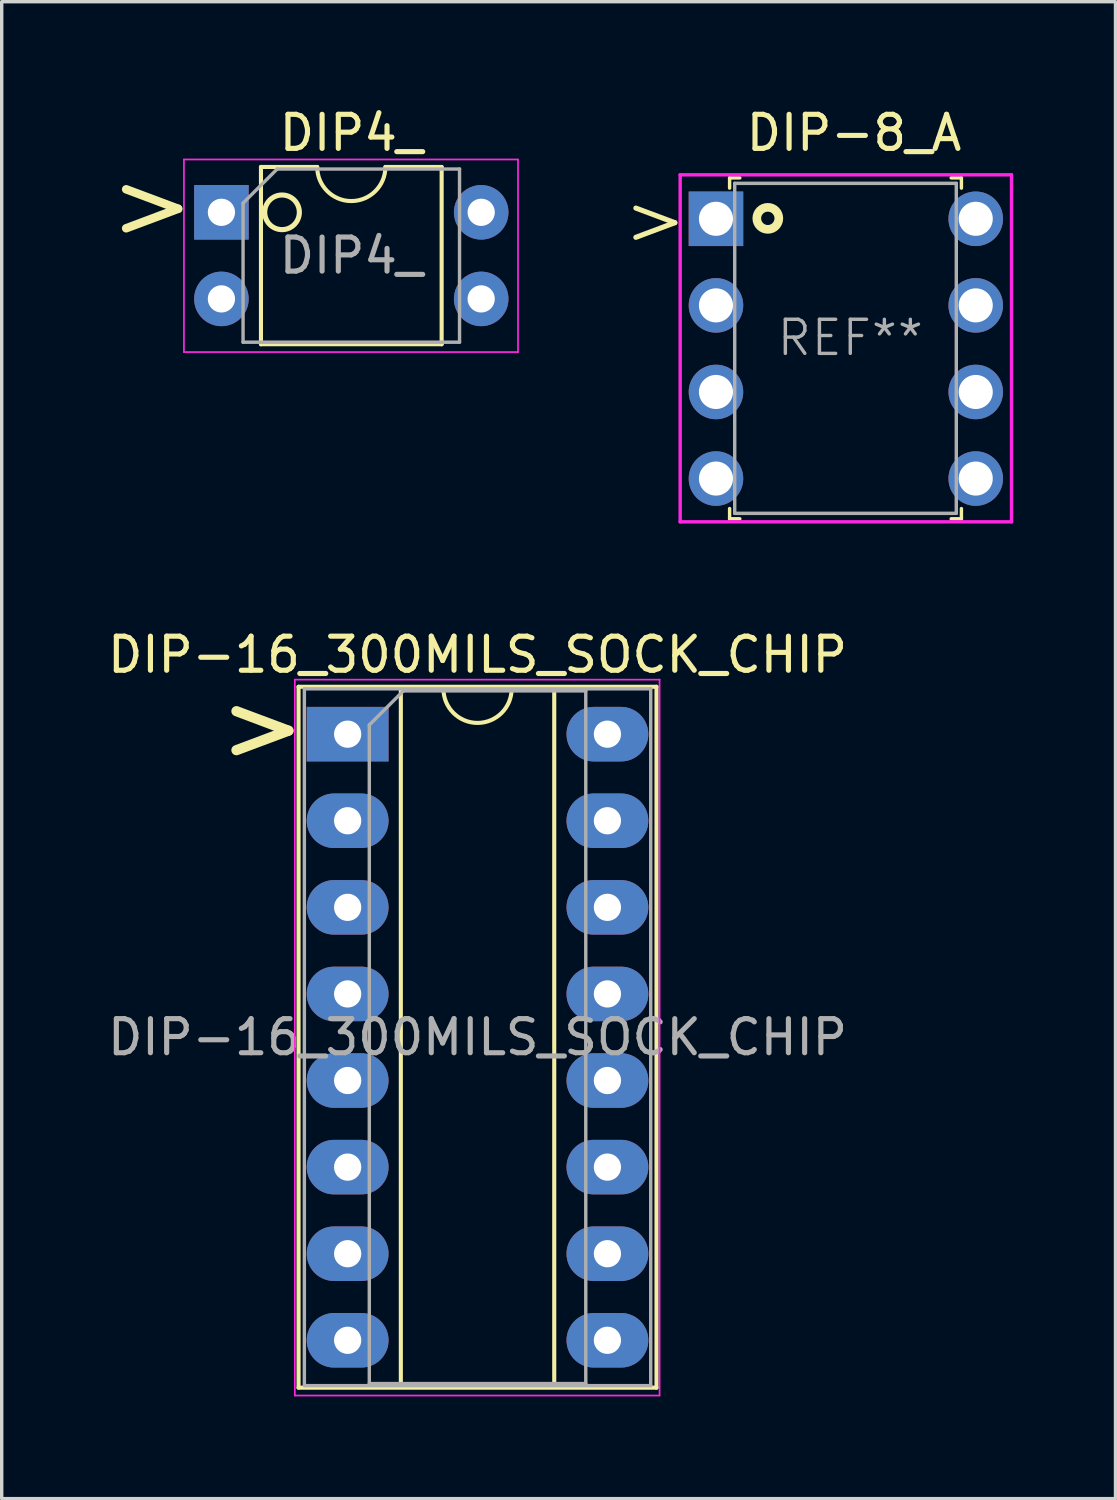
<source format=kicad_pcb>
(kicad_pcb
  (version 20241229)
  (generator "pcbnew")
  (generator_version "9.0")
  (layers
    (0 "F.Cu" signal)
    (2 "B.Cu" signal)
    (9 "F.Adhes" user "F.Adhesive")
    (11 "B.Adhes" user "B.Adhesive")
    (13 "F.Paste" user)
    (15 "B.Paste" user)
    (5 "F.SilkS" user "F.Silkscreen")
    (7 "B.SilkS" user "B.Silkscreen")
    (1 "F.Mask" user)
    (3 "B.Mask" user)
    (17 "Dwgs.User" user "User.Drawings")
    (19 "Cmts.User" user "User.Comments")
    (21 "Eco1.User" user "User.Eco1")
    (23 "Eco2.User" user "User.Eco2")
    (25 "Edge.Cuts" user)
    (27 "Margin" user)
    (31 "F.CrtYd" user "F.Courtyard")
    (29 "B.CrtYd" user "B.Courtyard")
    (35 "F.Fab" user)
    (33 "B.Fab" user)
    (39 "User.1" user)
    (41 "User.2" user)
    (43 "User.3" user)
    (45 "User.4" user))
  (footprint "DIP-8_A"
    (layer "F.Cu")
    (at 17.952 3.368)
    (property "Reference" "DIP-8_A" (at 4.05 -2.52 0) (layer "F.SilkS") (effects (font (size 1 1) (thickness 0.15))))
    (attr through_hole)
    (fp_line (start 0.4 -1.2) (end 0.7 -1.2) (stroke (width 0.1) (type solid)) (layer "F.SilkS"))
    (fp_line (start 0.4 -0.9) (end 0.4 -1.2) (stroke (width 0.1) (type solid)) (layer "F.SilkS"))
    (fp_line (start 0.4 8.5) (end 0.4 8.8) (stroke (width 0.1) (type solid)) (layer "F.SilkS"))
    (fp_line (start 0.4 8.8) (end 0.7 8.8) (stroke (width 0.1) (type solid)) (layer "F.SilkS"))
    (fp_line (start 7.2 -1.2) (end 6.9 -1.2) (stroke (width 0.1) (type solid)) (layer "F.SilkS"))
    (fp_line (start 7.2 -0.9) (end 7.2 -1.2) (stroke (width 0.1) (type solid)) (layer "F.SilkS"))
    (fp_line (start 7.2 8.5) (end 7.2 8.8) (stroke (width 0.1) (type solid)) (layer "F.SilkS"))
    (fp_line (start 7.2 8.8) (end 6.9 8.8) (stroke (width 0.1) (type solid)) (layer "F.SilkS"))
    (fp_circle (center 1.521 -0.013) (end 1.844 -0.013) (stroke (width 0.254) (type solid)) (fill no) (layer "F.SilkS"))
    (fp_line (start -1.05 -1.29) (end -1.05 8.89) (stroke (width 0.1) (type solid)) (layer "F.CrtYd"))
    (fp_line (start -1.05 -1.29) (end 8.67 -1.29) (stroke (width 0.1) (type solid)) (layer "F.CrtYd"))
    (fp_line (start -1.05 8.89) (end 8.67 8.89) (stroke (width 0.1) (type solid)) (layer "F.CrtYd"))
    (fp_line (start 8.67 -1.29) (end 8.67 8.89) (stroke (width 0.1) (type solid)) (layer "F.CrtYd"))
    (fp_line (start 0.55 -1.04) (end 0.55 8.64) (stroke (width 0.1) (type solid)) (layer "F.Fab"))
    (fp_line (start 0.55 -1.04) (end 7.05 -1.04) (stroke (width 0.1) (type solid)) (layer "F.Fab"))
    (fp_line (start 0.55 8.64) (end 7.05 8.64) (stroke (width 0.1) (type solid)) (layer "F.Fab"))
    (fp_line (start 7.05 -1.04) (end 7.05 8.64) (stroke (width 0.1) (type solid)) (layer "F.Fab"))
    (fp_text user ">" (at -1.778 0 0) (unlocked yes) (layer "F.SilkS") (effects (font (size 1.5 1.5) (thickness 0.15))))
    (fp_text user "REF**" (at 3.94 3.49 0) (layer "F.Fab") (effects (font (size 1 1) (thickness 0.1))))
    (pad "1" thru_hole rect (at 0 0) (size 1.6 1.6) (drill 1) (layers "*.Cu" "*.Mask"))
    (pad "2" thru_hole circle (at 0 2.54) (size 1.6 1.6) (drill 1) (layers "*.Cu" "*.Mask"))
    (pad "3" thru_hole circle (at 0 5.08) (size 1.6 1.6) (drill 1) (layers "*.Cu" "*.Mask"))
    (pad "4" thru_hole circle (at 0 7.62) (size 1.6 1.6) (drill 1) (layers "*.Cu" "*.Mask"))
    (pad "5" thru_hole circle (at 7.62 7.62) (size 1.6 1.6) (drill 1) (layers "*.Cu" "*.Mask"))
    (pad "6" thru_hole circle (at 7.62 5.08) (size 1.6 1.6) (drill 1) (layers "*.Cu" "*.Mask"))
    (pad "7" thru_hole circle (at 7.62 2.54) (size 1.6 1.6) (drill 1) (layers "*.Cu" "*.Mask"))
    (pad "8" thru_hole circle (at 7.62 0) (size 1.6 1.6) (drill 1) (layers "*.Cu" "*.Mask")))
  (footprint "DIP4_"
    (layer "F.Cu")
    (at 3.445 3.178)
    (property "Reference" "DIP4_" (at 3.81 -2.33 0) (layer "F.SilkS") (effects (font (size 1 1) (thickness 0.15))))
    (attr through_hole)
    (fp_line (start 1.16 -1.33) (end 1.16 3.87) (stroke (width 0.12) (type solid)) (layer "F.SilkS"))
    (fp_line (start 1.16 3.87) (end 6.46 3.87) (stroke (width 0.12) (type solid)) (layer "F.SilkS"))
    (fp_line (start 2.81 -1.33) (end 1.16 -1.33) (stroke (width 0.12) (type solid)) (layer "F.SilkS"))
    (fp_line (start 6.46 -1.33) (end 4.81 -1.33) (stroke (width 0.12) (type solid)) (layer "F.SilkS"))
    (fp_line (start 6.46 3.87) (end 6.46 -1.33) (stroke (width 0.12) (type solid)) (layer "F.SilkS"))
    (fp_arc (start 4.81 -1.33) (mid 3.81 -0.33) (end 2.81 -1.33) (stroke (width 0.12) (type solid)) (layer "F.SilkS"))
    (fp_circle (center 1.778 0) (end 1.27 0) (stroke (width 0.15) (type solid)) (fill no) (layer "F.SilkS"))
    (fp_line (start -1.1 -1.55) (end -1.1 4.1) (stroke (width 0.05) (type solid)) (layer "F.CrtYd"))
    (fp_line (start -1.1 4.1) (end 8.7 4.1) (stroke (width 0.05) (type solid)) (layer "F.CrtYd"))
    (fp_line (start 8.7 -1.55) (end -1.1 -1.55) (stroke (width 0.05) (type solid)) (layer "F.CrtYd"))
    (fp_line (start 8.7 4.1) (end 8.7 -1.55) (stroke (width 0.05) (type solid)) (layer "F.CrtYd"))
    (fp_line (start 0.635 -0.27) (end 1.635 -1.27) (stroke (width 0.1) (type solid)) (layer "F.Fab"))
    (fp_line (start 0.635 3.81) (end 0.635 -0.27) (stroke (width 0.1) (type solid)) (layer "F.Fab"))
    (fp_line (start 1.635 -1.27) (end 6.985 -1.27) (stroke (width 0.1) (type solid)) (layer "F.Fab"))
    (fp_line (start 6.985 -1.27) (end 6.985 3.81) (stroke (width 0.1) (type solid)) (layer "F.Fab"))
    (fp_line (start 6.985 3.81) (end 0.635 3.81) (stroke (width 0.1) (type solid)) (layer "F.Fab"))
    (fp_text user ">" (at -2.032 -0.254 0) (unlocked yes) (layer "F.SilkS") (effects (font (size 2 2) (thickness 0.25))))
    (fp_text user "${REFERENCE}" (at 3.81 1.27 0) (layer "F.Fab") (effects (font (size 1 1) (thickness 0.15))))
    (pad "1" thru_hole rect (at 0 0) (size 1.6 1.6) (drill 0.8) (layers "*.Cu" "*.Mask"))
    (pad "2" thru_hole oval (at 0 2.54) (size 1.6 1.6) (drill 0.8) (layers "*.Cu" "*.Mask"))
    (pad "3" thru_hole oval (at 7.62 2.54) (size 1.6 1.6) (drill 0.8) (layers "*.Cu" "*.Mask"))
    (pad "4" thru_hole oval (at 7.62 0) (size 1.6 1.6) (drill 0.8) (layers "*.Cu" "*.Mask")))
  (footprint "DIP-16_300MILS_SOCK_CHIP"
    (layer "F.Cu")
    (at 7.148 18.486)
    (property "Reference" "DIP-16_300MILS_SOCK_CHIP" (at 3.81 -2.33 0) (layer "F.SilkS") (effects (font (size 1 1) (thickness 0.15))))
    (attr through_hole)
    (fp_line (start -1.44 -1.39) (end -1.44 19.17) (stroke (width 0.12) (type solid)) (layer "F.SilkS"))
    (fp_line (start -1.44 19.17) (end 9.06 19.17) (stroke (width 0.12) (type solid)) (layer "F.SilkS"))
    (fp_line (start 1.56 -1.33) (end 1.56 19.11) (stroke (width 0.12) (type solid)) (layer "F.SilkS"))
    (fp_line (start 1.56 19.11) (end 6.06 19.11) (stroke (width 0.12) (type solid)) (layer "F.SilkS"))
    (fp_line (start 2.81 -1.33) (end 1.56 -1.33) (stroke (width 0.12) (type solid)) (layer "F.SilkS"))
    (fp_line (start 6.06 -1.33) (end 4.81 -1.33) (stroke (width 0.12) (type solid)) (layer "F.SilkS"))
    (fp_line (start 6.06 19.11) (end 6.06 -1.33) (stroke (width 0.12) (type solid)) (layer "F.SilkS"))
    (fp_line (start 9.06 -1.39) (end -1.44 -1.39) (stroke (width 0.12) (type solid)) (layer "F.SilkS"))
    (fp_line (start 9.06 19.17) (end 9.06 -1.39) (stroke (width 0.12) (type solid)) (layer "F.SilkS"))
    (fp_arc (start 4.81 -1.33) (mid 3.81 -0.33) (end 2.81 -1.33) (stroke (width 0.12) (type solid)) (layer "F.SilkS"))
    (fp_line (start -1.55 -1.6) (end -1.55 19.4) (stroke (width 0.05) (type solid)) (layer "F.CrtYd"))
    (fp_line (start -1.55 19.4) (end 9.15 19.4) (stroke (width 0.05) (type solid)) (layer "F.CrtYd"))
    (fp_line (start 9.15 -1.6) (end -1.55 -1.6) (stroke (width 0.05) (type solid)) (layer "F.CrtYd"))
    (fp_line (start 9.15 19.4) (end 9.15 -1.6) (stroke (width 0.05) (type solid)) (layer "F.CrtYd"))
    (fp_line (start -1.27 -1.33) (end -1.27 19.11) (stroke (width 0.1) (type solid)) (layer "F.Fab"))
    (fp_line (start -1.27 19.11) (end 8.89 19.11) (stroke (width 0.1) (type solid)) (layer "F.Fab"))
    (fp_line (start 0.635 -0.27) (end 1.635 -1.27) (stroke (width 0.1) (type solid)) (layer "F.Fab"))
    (fp_line (start 0.635 19.05) (end 0.635 -0.27) (stroke (width 0.1) (type solid)) (layer "F.Fab"))
    (fp_line (start 1.635 -1.27) (end 6.985 -1.27) (stroke (width 0.1) (type solid)) (layer "F.Fab"))
    (fp_line (start 6.985 -1.27) (end 6.985 19.05) (stroke (width 0.1) (type solid)) (layer "F.Fab"))
    (fp_line (start 6.985 19.05) (end 0.635 19.05) (stroke (width 0.1) (type solid)) (layer "F.Fab"))
    (fp_line (start 8.89 -1.33) (end -1.27 -1.33) (stroke (width 0.1) (type solid)) (layer "F.Fab"))
    (fp_line (start 8.89 19.11) (end 8.89 -1.33) (stroke (width 0.1) (type solid)) (layer "F.Fab"))
    (fp_text user ">" (at -2.5 -0.25 0) (unlocked yes) (layer "F.SilkS") (effects (font (size 2 2) (thickness 0.3))))
    (fp_text user "${REFERENCE}" (at 3.81 8.89 0) (layer "F.Fab") (effects (font (size 1 1) (thickness 0.15))))
    (pad "1" thru_hole rect (at 0 0) (size 2.4 1.6) (drill 0.8) (layers "*.Cu" "*.Mask"))
    (pad "2" thru_hole oval (at 0 2.54) (size 2.4 1.6) (drill 0.8) (layers "*.Cu" "*.Mask"))
    (pad "3" thru_hole oval (at 0 5.08) (size 2.4 1.6) (drill 0.8) (layers "*.Cu" "*.Mask"))
    (pad "4" thru_hole oval (at 0 7.62) (size 2.4 1.6) (drill 0.8) (layers "*.Cu" "*.Mask"))
    (pad "5" thru_hole oval (at 0 10.16) (size 2.4 1.6) (drill 0.8) (layers "*.Cu" "*.Mask"))
    (pad "6" thru_hole oval (at 0 12.7) (size 2.4 1.6) (drill 0.8) (layers "*.Cu" "*.Mask"))
    (pad "7" thru_hole oval (at 0 15.24) (size 2.4 1.6) (drill 0.8) (layers "*.Cu" "*.Mask"))
    (pad "8" thru_hole oval (at 0 17.78) (size 2.4 1.6) (drill 0.8) (layers "*.Cu" "*.Mask"))
    (pad "9" thru_hole oval (at 7.62 17.78) (size 2.4 1.6) (drill 0.8) (layers "*.Cu" "*.Mask"))
    (pad "10" thru_hole oval (at 7.62 15.24) (size 2.4 1.6) (drill 0.8) (layers "*.Cu" "*.Mask"))
    (pad "11" thru_hole oval (at 7.62 12.7) (size 2.4 1.6) (drill 0.8) (layers "*.Cu" "*.Mask"))
    (pad "12" thru_hole oval (at 7.62 10.16) (size 2.4 1.6) (drill 0.8) (layers "*.Cu" "*.Mask"))
    (pad "13" thru_hole oval (at 7.62 7.62) (size 2.4 1.6) (drill 0.8) (layers "*.Cu" "*.Mask"))
    (pad "14" thru_hole oval (at 7.62 5.08) (size 2.4 1.6) (drill 0.8) (layers "*.Cu" "*.Mask"))
    (pad "15" thru_hole oval (at 7.62 2.54) (size 2.4 1.6) (drill 0.8) (layers "*.Cu" "*.Mask"))
    (pad "16" thru_hole oval (at 7.62 0) (size 2.4 1.6) (drill 0.8) (layers "*.Cu" "*.Mask")))
  (gr_rect
    (start -3 -3)
    (end 29.672 40.911)
    (stroke (width 0.1) (type default))
    (fill no)
    (layer "Edge.Cuts")))
</source>
